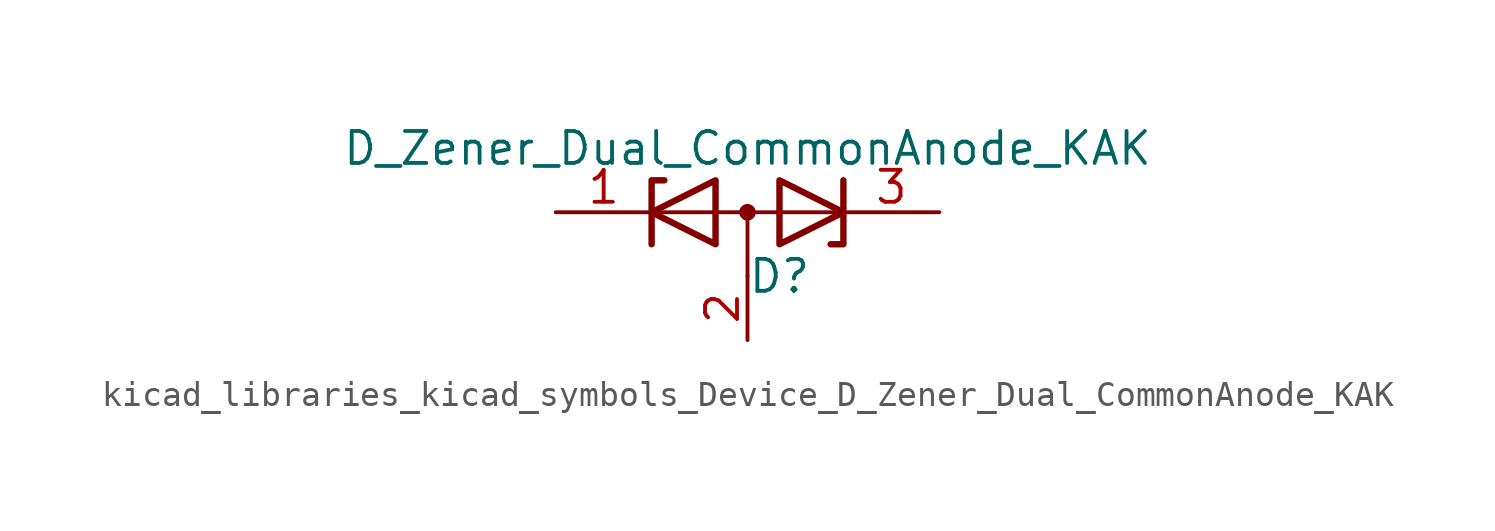
<source format=kicad_sym>
(kicad_symbol_lib
  (version 20220914)
  (generator kicad_symbol_editor)
  (symbol "kicad_libraries_kicad_symbols_Device_D_Zener_Dual_CommonAnode_KAK"
    (pin_names
      (offset 0.762) hide)
    (property "Reference" "D"
      (at 1.27 -2.54 0)
      (effects (font (size 1.27 1.27))))
    (property "Value" "D_Zener_Dual_CommonAnode_KAK"
      (at 0 2.54 0)
      (effects (font (size 1.27 1.27))))
    (symbol "kicad_libraries_kicad_symbols_Device_D_Zener_Dual_CommonAnode_KAK_0_1"
      (polyline (pts (xy -3.556 0) (xy 3.81 0)) (stroke (width 0) (type default)) (fill (type none)))
      (polyline (pts (xy 0 0) (xy 0 -2.54)) (stroke (width 0) (type default)) (fill (type none)))
      (polyline (pts (xy -3.81 -1.27) (xy -3.81 1.27) (xy -3.302 1.27)) (stroke (width 0.254) (type default)) (fill (type none)))
      (polyline (pts (xy 3.302 -1.27) (xy 3.81 -1.27) (xy 3.81 1.27)) (stroke (width 0.254) (type default)) (fill (type none)))
      (polyline (pts (xy -1.27 -1.27) (xy -3.81 0) (xy -1.27 1.27) (xy -1.27 -1.27) (xy -1.27 -1.27) (xy -1.27 -1.27)) (stroke (width 0.254) (type default)) (fill (type none)))
      (polyline (pts (xy 1.27 1.27) (xy 3.81 0) (xy 1.27 -1.27) (xy 1.27 1.27) (xy 1.27 1.27) (xy 1.27 1.27)) (stroke (width 0.254) (type default)) (fill (type none)))
      (circle (center 0 0) (radius 0.254) (stroke (width 0) (type default)) (fill (type outline)))
      (pin passive line (at -7.62 0 0) (length 3.81) (name "K" (effects (font (size 1.27 1.27)))) (number "1" (effects (font (size 1.27 1.27)))))
      (pin passive line (at 0 -5.08 90) (length 2.54) (name "A" (effects (font (size 1.27 1.27)))) (number "2" (effects (font (size 1.27 1.27)))))
      (pin passive line (at 7.62 0 180) (length 3.81) (name "K" (effects (font (size 1.27 1.27)))) (number "3" (effects (font (size 1.27 1.27))))))))
</source>
